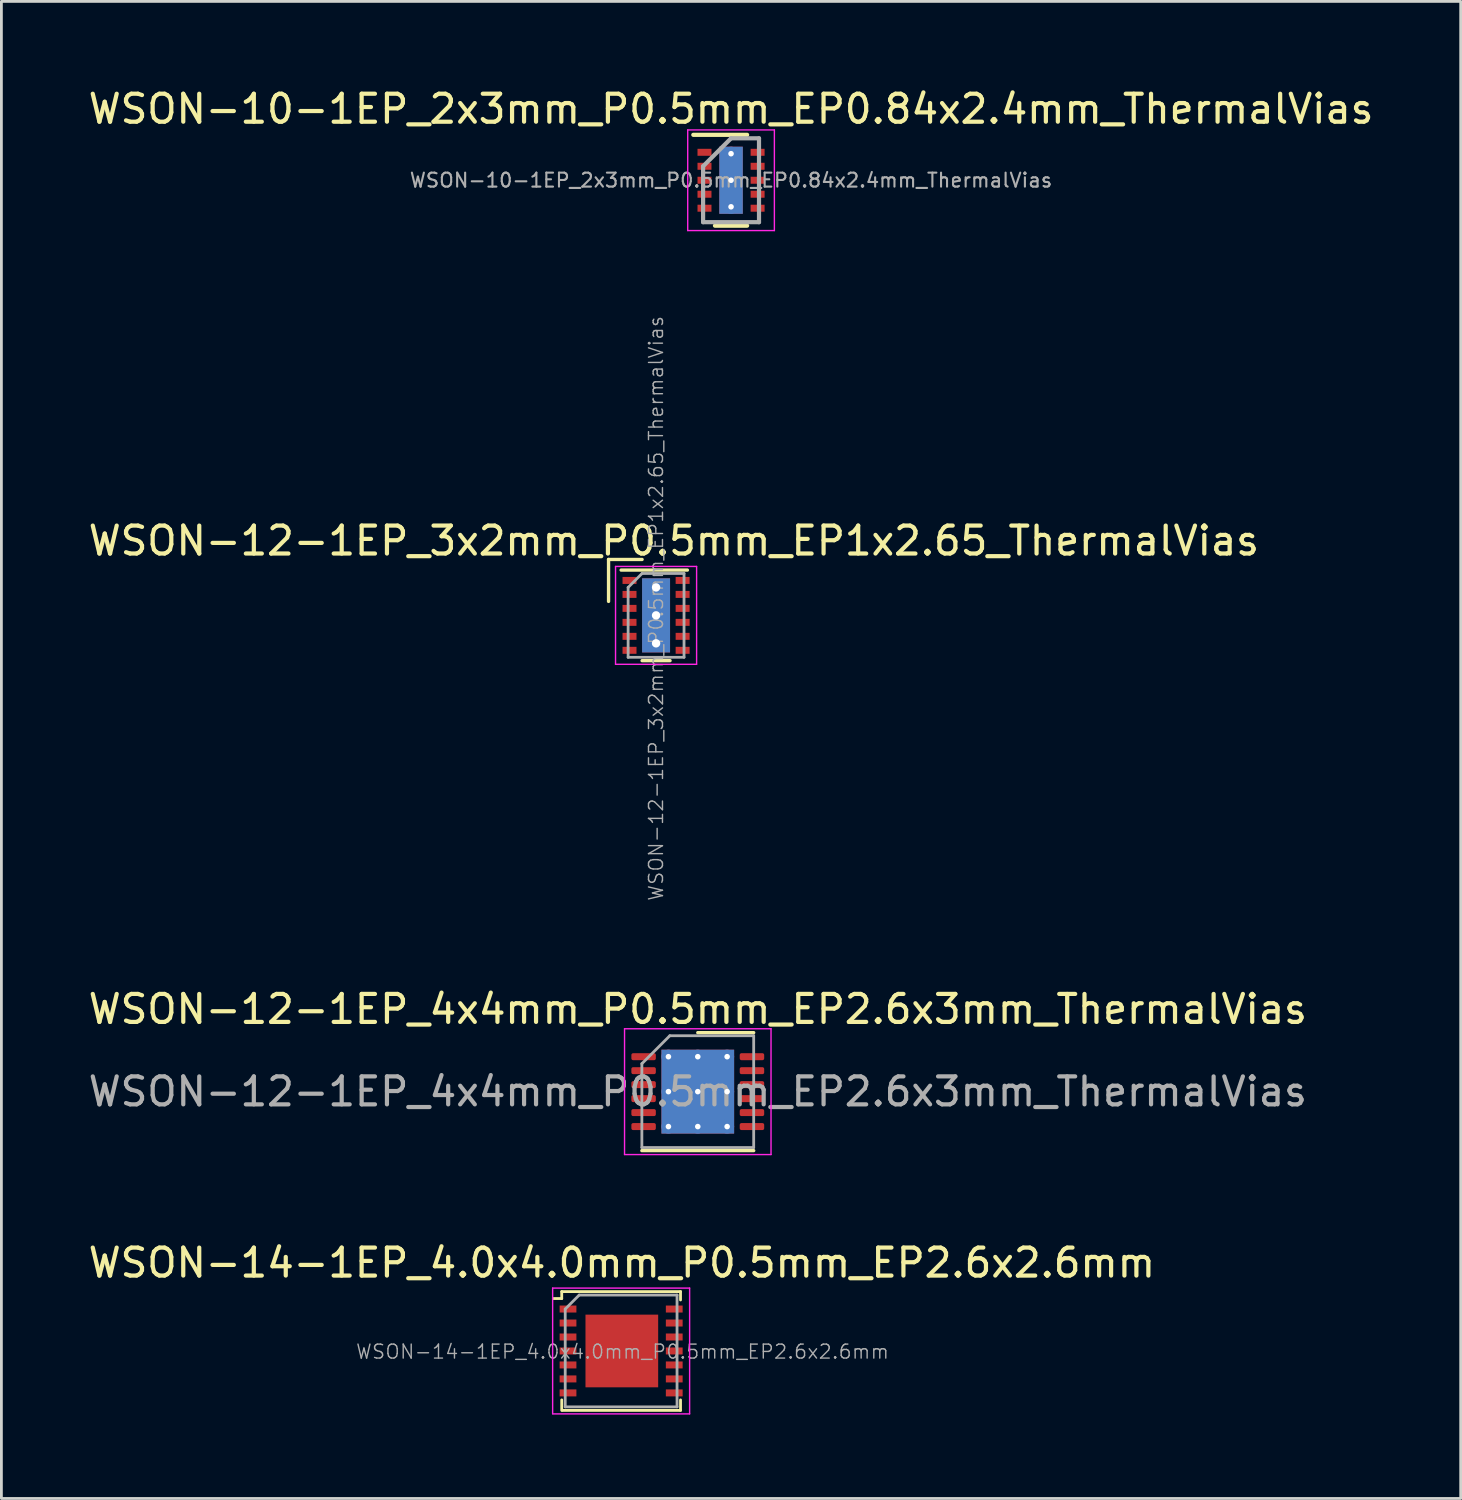
<source format=kicad_pcb>
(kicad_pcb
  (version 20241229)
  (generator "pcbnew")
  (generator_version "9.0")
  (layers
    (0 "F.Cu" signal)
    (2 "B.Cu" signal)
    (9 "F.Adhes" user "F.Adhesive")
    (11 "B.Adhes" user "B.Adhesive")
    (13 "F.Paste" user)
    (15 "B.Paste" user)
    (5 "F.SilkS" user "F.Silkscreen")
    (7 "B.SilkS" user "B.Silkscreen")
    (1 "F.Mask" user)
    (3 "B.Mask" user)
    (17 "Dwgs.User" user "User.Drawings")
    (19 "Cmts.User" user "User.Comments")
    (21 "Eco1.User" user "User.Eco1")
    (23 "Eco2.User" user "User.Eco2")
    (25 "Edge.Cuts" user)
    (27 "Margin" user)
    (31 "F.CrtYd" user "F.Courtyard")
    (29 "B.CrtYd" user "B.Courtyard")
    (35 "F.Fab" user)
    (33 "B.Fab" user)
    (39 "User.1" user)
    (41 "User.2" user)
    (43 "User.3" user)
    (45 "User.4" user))
  (footprint "WSON-10-1EP_2x3mm_P0.5mm_EP0.84x2.4mm_ThermalVias"
    (layer "F.Cu")
    (at 23.101 3.398)
    (property "Reference" "WSON-10-1EP_2x3mm_P0.5mm_EP0.84x2.4mm_ThermalVias" (at 0 -2.55 0) (layer "F.SilkS") (effects (font (size 1 1) (thickness 0.15))))
    (attr smd)
    (fp_line (start -1.35 -1.625) (end 0.575 -1.625) (stroke (width 0.15) (type solid)) (layer "F.SilkS"))
    (fp_line (start -0.575 1.625) (end 0.575 1.625) (stroke (width 0.15) (type solid)) (layer "F.SilkS"))
    (fp_line (start -1.55 -1.8) (end -1.55 1.8) (stroke (width 0.05) (type solid)) (layer "F.CrtYd"))
    (fp_line (start -1.55 -1.8) (end 1.55 -1.8) (stroke (width 0.05) (type solid)) (layer "F.CrtYd"))
    (fp_line (start -1.55 1.8) (end 1.55 1.8) (stroke (width 0.05) (type solid)) (layer "F.CrtYd"))
    (fp_line (start 1.55 -1.8) (end 1.55 1.8) (stroke (width 0.05) (type solid)) (layer "F.CrtYd"))
    (fp_line (start -1 -0.5) (end 0 -1.5) (stroke (width 0.15) (type solid)) (layer "F.Fab"))
    (fp_line (start -1 1.5) (end -1 -0.5) (stroke (width 0.15) (type solid)) (layer "F.Fab"))
    (fp_line (start 0 -1.5) (end 1 -1.5) (stroke (width 0.15) (type solid)) (layer "F.Fab"))
    (fp_line (start 1 -1.5) (end 1 1.5) (stroke (width 0.15) (type solid)) (layer "F.Fab"))
    (fp_line (start 1 1.5) (end -1 1.5) (stroke (width 0.15) (type solid)) (layer "F.Fab"))
    (fp_text user "${REFERENCE}" (at 0 0 0) (layer "F.Fab") (effects (font (size 0.5 0.5) (thickness 0.075))))
    (pad "" smd rect (at 0 -0.475) (size 0.65 0.7) (layers "F.Paste"))
    (pad "" smd rect (at 0 0.475) (size 0.65 0.7) (layers "F.Paste"))
    (pad "1" smd rect (at -0.95 -1) (size 0.5 0.25) (layers "F.Cu" "F.Mask" "F.Paste"))
    (pad "2" smd rect (at -0.95 -0.5) (size 0.5 0.25) (layers "F.Cu" "F.Mask" "F.Paste"))
    (pad "3" smd rect (at -0.95 0) (size 0.5 0.25) (layers "F.Cu" "F.Mask" "F.Paste"))
    (pad "4" smd rect (at -0.95 0.5) (size 0.5 0.25) (layers "F.Cu" "F.Mask" "F.Paste"))
    (pad "5" smd rect (at -0.95 1) (size 0.5 0.25) (layers "F.Cu" "F.Mask" "F.Paste"))
    (pad "6" smd rect (at 0.95 1) (size 0.5 0.25) (layers "F.Cu" "F.Mask" "F.Paste"))
    (pad "7" smd rect (at 0.95 0.5) (size 0.5 0.25) (layers "F.Cu" "F.Mask" "F.Paste"))
    (pad "8" smd rect (at 0.95 0) (size 0.5 0.25) (layers "F.Cu" "F.Mask" "F.Paste"))
    (pad "9" smd rect (at 0.95 -0.5) (size 0.5 0.25) (layers "F.Cu" "F.Mask" "F.Paste"))
    (pad "10" smd rect (at 0.95 -1) (size 0.5 0.25) (layers "F.Cu" "F.Mask" "F.Paste"))
    (pad "11" thru_hole circle (at 0 -0.95) (size 0.5 0.5) (drill 0.2) (layers "*.Cu" "F.Mask"))
    (pad "11" thru_hole circle (at 0 0) (size 0.5 0.5) (drill 0.2) (layers "*.Cu" "F.Mask"))
    (pad "11" smd rect (at 0 0) (size 0.84 2.4) (layers "F.Cu" "F.Mask"))
    (pad "11" smd rect (at 0 0) (size 0.84 2.4) (layers "B.Cu"))
    (pad "11" thru_hole circle (at 0 0.95) (size 0.5 0.5) (drill 0.2) (layers "*.Cu" "F.Mask")))
  (footprint "WSON-12-1EP_3x2mm_P0.5mm_EP1x2.65_ThermalVias"
    (layer "F.Cu")
    (at 20.419 18.963)
    (property "Reference" "WSON-12-1EP_3x2mm_P0.5mm_EP1x2.65_ThermalVias" (at 0.635 -2.667 0) (layer "F.SilkS") (effects (font (size 1 1) (thickness 0.15))))
    (attr smd)
    (fp_line (start -1.7 -2) (end -0.5 -2) (stroke (width 0.12) (type solid)) (layer "F.SilkS"))
    (fp_line (start -1.7 -0.5) (end -1.7 -2) (stroke (width 0.12) (type solid)) (layer "F.SilkS"))
    (fp_line (start -1.25 -1.62) (end 1.12 -1.62) (stroke (width 0.12) (type solid)) (layer "F.SilkS"))
    (fp_line (start 0.5 1.62) (end -0.5 1.62) (stroke (width 0.12) (type solid)) (layer "F.SilkS"))
    (fp_line (start -1.45 -1.75) (end 1.45 -1.75) (stroke (width 0.05) (type solid)) (layer "F.CrtYd"))
    (fp_line (start -1.45 1.75) (end -1.45 -1.75) (stroke (width 0.05) (type solid)) (layer "F.CrtYd"))
    (fp_line (start 1.45 -1.75) (end 1.45 1.75) (stroke (width 0.05) (type solid)) (layer "F.CrtYd"))
    (fp_line (start 1.45 1.75) (end -1.45 1.75) (stroke (width 0.05) (type solid)) (layer "F.CrtYd"))
    (fp_line (start -1 -1) (end -0.5 -1.5) (stroke (width 0.1) (type solid)) (layer "F.Fab"))
    (fp_line (start -1 1.5) (end -1 -1) (stroke (width 0.1) (type solid)) (layer "F.Fab"))
    (fp_line (start -0.5 -1.5) (end 1 -1.5) (stroke (width 0.1) (type solid)) (layer "F.Fab"))
    (fp_line (start 1 -1.5) (end 1 1.5) (stroke (width 0.1) (type solid)) (layer "F.Fab"))
    (fp_line (start 1 1.5) (end -1 1.5) (stroke (width 0.1) (type solid)) (layer "F.Fab"))
    (fp_text user "${REFERENCE}" (at 0 -0.25 90) (layer "F.Fab") (effects (font (size 0.5 0.5) (thickness 0.05))))
    (pad "" smd rect (at 0 -0.5) (size 0.95 0.8) (layers "F.Paste"))
    (pad "" smd rect (at 0 0.5) (size 0.95 0.8) (layers "F.Paste"))
    (pad "1" smd rect (at -0.95 -1.25) (size 0.5 0.25) (layers "F.Cu" "F.Mask" "F.Paste"))
    (pad "2" smd rect (at -0.95 -0.75) (size 0.5 0.25) (layers "F.Cu" "F.Mask" "F.Paste"))
    (pad "3" smd rect (at -0.95 -0.25) (size 0.5 0.25) (layers "F.Cu" "F.Mask" "F.Paste"))
    (pad "4" smd rect (at -0.95 0.25) (size 0.5 0.25) (layers "F.Cu" "F.Mask" "F.Paste"))
    (pad "5" smd rect (at -0.95 0.75) (size 0.5 0.25) (layers "F.Cu" "F.Mask" "F.Paste"))
    (pad "6" smd rect (at -0.95 1.25) (size 0.5 0.25) (layers "F.Cu" "F.Mask" "F.Paste"))
    (pad "7" smd rect (at 0.95 1.25) (size 0.5 0.25) (layers "F.Cu" "F.Mask" "F.Paste"))
    (pad "8" smd rect (at 0.95 0.75) (size 0.5 0.25) (layers "F.Cu" "F.Mask" "F.Paste"))
    (pad "9" smd rect (at 0.95 0.25) (size 0.5 0.25) (layers "F.Cu" "F.Mask" "F.Paste"))
    (pad "10" smd rect (at 0.95 -0.25) (size 0.5 0.25) (layers "F.Cu" "F.Mask" "F.Paste"))
    (pad "11" smd rect (at 0.95 -0.75) (size 0.5 0.25) (layers "F.Cu" "F.Mask" "F.Paste"))
    (pad "12" smd rect (at 0.95 -1.25) (size 0.5 0.25) (layers "F.Cu" "F.Mask" "F.Paste"))
    (pad "13" thru_hole circle (at 0 -1 90) (size 0.6 0.6) (drill 0.3) (layers "*.Cu"))
    (pad "13" thru_hole circle (at 0 0) (size 0.6 0.6) (drill 0.3) (layers "*.Cu"))
    (pad "13" smd rect (at 0 0) (size 1 2.65) (layers "F.Cu" "F.Mask"))
    (pad "13" smd rect (at 0 0) (size 1 2.65) (layers "B.Cu"))
    (pad "13" thru_hole circle (at 0 1) (size 0.6 0.6) (drill 0.3) (layers "*.Cu")))
  (footprint "WSON-14-1EP_4.0x4.0mm_P0.5mm_EP2.6x2.6mm"
    (layer "F.Cu")
    (at 19.169 45.277)
    (property "Reference" "WSON-14-1EP_4.0x4.0mm_P0.5mm_EP2.6x2.6mm" (at 0.027 -3.153 0) (layer "F.SilkS") (effects (font (size 1 1) (thickness 0.15))))
    (attr smd)
    (fp_line (start -2.425 -1.875) (end -2.125 -1.875) (stroke (width 0.1) (type solid)) (layer "F.SilkS"))
    (fp_line (start -2.125 -2.125) (end -2.125 -1.875) (stroke (width 0.1) (type solid)) (layer "F.SilkS"))
    (fp_line (start -2.125 2.125) (end -2.125 1.75) (stroke (width 0.1) (type solid)) (layer "F.SilkS"))
    (fp_line (start 2.125 -2.125) (end -2.125 -2.125) (stroke (width 0.1) (type solid)) (layer "F.SilkS"))
    (fp_line (start 2.125 -2.125) (end 2.125 -1.825) (stroke (width 0.1) (type solid)) (layer "F.SilkS"))
    (fp_line (start 2.125 1.75) (end 2.125 2.125) (stroke (width 0.1) (type solid)) (layer "F.SilkS"))
    (fp_line (start 2.125 2.125) (end -2.1 2.125) (stroke (width 0.1) (type solid)) (layer "F.SilkS"))
    (fp_line (start -2.45 -2.25) (end 2.45 -2.25) (stroke (width 0.05) (type solid)) (layer "F.CrtYd"))
    (fp_line (start -2.45 2.25) (end -2.45 -2.25) (stroke (width 0.05) (type solid)) (layer "F.CrtYd"))
    (fp_line (start 2.45 -2.25) (end 2.45 2.25) (stroke (width 0.05) (type solid)) (layer "F.CrtYd"))
    (fp_line (start 2.45 2.25) (end -2.44 2.25) (stroke (width 0.05) (type solid)) (layer "F.CrtYd"))
    (fp_line (start -2 -1.5) (end -2 2) (stroke (width 0.1) (type solid)) (layer "F.Fab"))
    (fp_line (start -2 -1.5) (end -1.5 -2) (stroke (width 0.1) (type solid)) (layer "F.Fab"))
    (fp_line (start -2 2) (end 2 2) (stroke (width 0.1) (type solid)) (layer "F.Fab"))
    (fp_line (start 2 -2) (end -1.5 -2) (stroke (width 0.1) (type solid)) (layer "F.Fab"))
    (fp_line (start 2 2) (end 2 -2) (stroke (width 0.1) (type solid)) (layer "F.Fab"))
    (fp_text user "${REFERENCE}" (at 0.05 0.025 0) (layer "F.Fab") (effects (font (size 0.5 0.5) (thickness 0.05))))
    (pad "" smd rect (at -0.65 -0.65 270) (size 1.05 1.05) (layers "F.Paste"))
    (pad "" smd rect (at -0.65 0.65 270) (size 1.05 1.05) (layers "F.Paste"))
    (pad "" smd rect (at 0.65 -0.65 270) (size 1.05 1.05) (layers "F.Paste"))
    (pad "" smd rect (at 0.65 0.65 270) (size 1.05 1.05) (layers "F.Paste"))
    (pad "1" smd rect (at -1.9 -1.5 270) (size 0.25 0.6) (layers "F.Cu" "F.Mask" "F.Paste"))
    (pad "2" smd rect (at -1.9 -1 270) (size 0.25 0.6) (layers "F.Cu" "F.Mask" "F.Paste"))
    (pad "3" smd rect (at -1.9 -0.5 270) (size 0.25 0.6) (layers "F.Cu" "F.Mask" "F.Paste"))
    (pad "4" smd rect (at -1.9 0 270) (size 0.25 0.6) (layers "F.Cu" "F.Mask" "F.Paste"))
    (pad "5" smd rect (at -1.9 0.5 270) (size 0.25 0.6) (layers "F.Cu" "F.Mask" "F.Paste"))
    (pad "6" smd rect (at -1.9 1 270) (size 0.25 0.6) (layers "F.Cu" "F.Mask" "F.Paste"))
    (pad "7" smd rect (at -1.9 1.5 270) (size 0.25 0.6) (layers "F.Cu" "F.Mask" "F.Paste"))
    (pad "8" smd rect (at 1.9 1.5 270) (size 0.25 0.6) (layers "F.Cu" "F.Mask" "F.Paste"))
    (pad "9" smd rect (at 1.9 1 270) (size 0.25 0.6) (layers "F.Cu" "F.Mask" "F.Paste"))
    (pad "10" smd rect (at 1.9 0.5 270) (size 0.25 0.6) (layers "F.Cu" "F.Mask" "F.Paste"))
    (pad "11" smd rect (at 1.9 0 270) (size 0.25 0.6) (layers "F.Cu" "F.Mask" "F.Paste"))
    (pad "12" smd rect (at 1.9 -0.5 270) (size 0.25 0.6) (layers "F.Cu" "F.Mask" "F.Paste"))
    (pad "13" smd rect (at 1.9 -1 270) (size 0.25 0.6) (layers "F.Cu" "F.Mask" "F.Paste"))
    (pad "14" smd rect (at 1.9 -1.5 270) (size 0.25 0.6) (layers "F.Cu" "F.Mask" "F.Paste"))
    (pad "15" smd rect (at 0.025 0 270) (size 2.6 2.6) (layers "F.Cu" "F.Mask")))
  (footprint "WSON-12-1EP_4x4mm_P0.5mm_EP2.6x3mm_ThermalVias"
    (layer "F.Cu")
    (at 21.911 36)
    (property "Reference" "WSON-12-1EP_4x4mm_P0.5mm_EP2.6x3mm_ThermalVias" (at 0 -2.95 0) (layer "F.SilkS") (effects (font (size 1 1) (thickness 0.15))))
    (attr smd)
    (fp_line (start -2 2.11) (end 2 2.11) (stroke (width 0.12) (type solid)) (layer "F.SilkS"))
    (fp_line (start 0 -2.11) (end 2 -2.11) (stroke (width 0.12) (type solid)) (layer "F.SilkS"))
    (fp_line (start -2.62 -2.25) (end -2.62 2.25) (stroke (width 0.05) (type solid)) (layer "F.CrtYd"))
    (fp_line (start -2.62 2.25) (end 2.62 2.25) (stroke (width 0.05) (type solid)) (layer "F.CrtYd"))
    (fp_line (start 2.62 -2.25) (end -2.62 -2.25) (stroke (width 0.05) (type solid)) (layer "F.CrtYd"))
    (fp_line (start 2.62 2.25) (end 2.62 -2.25) (stroke (width 0.05) (type solid)) (layer "F.CrtYd"))
    (fp_line (start -2 -1) (end -1 -2) (stroke (width 0.1) (type solid)) (layer "F.Fab"))
    (fp_line (start -2 2) (end -2 -1) (stroke (width 0.1) (type solid)) (layer "F.Fab"))
    (fp_line (start -1 -2) (end 2 -2) (stroke (width 0.1) (type solid)) (layer "F.Fab"))
    (fp_line (start 2 -2) (end 2 2) (stroke (width 0.1) (type solid)) (layer "F.Fab"))
    (fp_line (start 2 2) (end -2 2) (stroke (width 0.1) (type solid)) (layer "F.Fab"))
    (fp_text user "${REFERENCE}" (at 0 0 0) (layer "F.Fab") (effects (font (size 1 1) (thickness 0.15))))
    (pad "" smd roundrect (at -0.65 -0.75) (size 1.13 1.3) (layers "F.Paste") (roundrect_rratio 0.221))
    (pad "" smd roundrect (at -0.65 0.75) (size 1.13 1.3) (layers "F.Paste") (roundrect_rratio 0.221))
    (pad "" smd roundrect (at 0.65 -0.75) (size 1.13 1.3) (layers "F.Paste") (roundrect_rratio 0.221))
    (pad "" smd roundrect (at 0.65 0.75) (size 1.13 1.3) (layers "F.Paste") (roundrect_rratio 0.221))
    (pad "1" smd roundrect (at -1.938 -1.25) (size 0.875 0.25) (layers "F.Cu" "F.Mask" "F.Paste") (roundrect_rratio 0.25))
    (pad "2" smd roundrect (at -1.938 -0.75) (size 0.875 0.25) (layers "F.Cu" "F.Mask" "F.Paste") (roundrect_rratio 0.25))
    (pad "3" smd roundrect (at -1.938 -0.25) (size 0.875 0.25) (layers "F.Cu" "F.Mask" "F.Paste") (roundrect_rratio 0.25))
    (pad "4" smd roundrect (at -1.938 0.25) (size 0.875 0.25) (layers "F.Cu" "F.Mask" "F.Paste") (roundrect_rratio 0.25))
    (pad "5" smd roundrect (at -1.938 0.75) (size 0.875 0.25) (layers "F.Cu" "F.Mask" "F.Paste") (roundrect_rratio 0.25))
    (pad "6" smd roundrect (at -1.938 1.25) (size 0.875 0.25) (layers "F.Cu" "F.Mask" "F.Paste") (roundrect_rratio 0.25))
    (pad "7" smd roundrect (at 1.938 1.25) (size 0.875 0.25) (layers "F.Cu" "F.Mask" "F.Paste") (roundrect_rratio 0.25))
    (pad "8" smd roundrect (at 1.938 0.75) (size 0.875 0.25) (layers "F.Cu" "F.Mask" "F.Paste") (roundrect_rratio 0.25))
    (pad "9" smd roundrect (at 1.938 0.25) (size 0.875 0.25) (layers "F.Cu" "F.Mask" "F.Paste") (roundrect_rratio 0.25))
    (pad "10" smd roundrect (at 1.938 -0.25) (size 0.875 0.25) (layers "F.Cu" "F.Mask" "F.Paste") (roundrect_rratio 0.25))
    (pad "11" smd roundrect (at 1.938 -0.75) (size 0.875 0.25) (layers "F.Cu" "F.Mask" "F.Paste") (roundrect_rratio 0.25))
    (pad "12" smd roundrect (at 1.938 -1.25) (size 0.875 0.25) (layers "F.Cu" "F.Mask" "F.Paste") (roundrect_rratio 0.25))
    (pad "13" thru_hole circle (at -1.05 -1.25) (size 0.5 0.5) (drill 0.2) (layers "*.Cu"))
    (pad "13" thru_hole circle (at -1.05 0) (size 0.5 0.5) (drill 0.2) (layers "*.Cu"))
    (pad "13" thru_hole circle (at -1.05 1.25) (size 0.5 0.5) (drill 0.2) (layers "*.Cu"))
    (pad "13" thru_hole circle (at 0 -1.25) (size 0.5 0.5) (drill 0.2) (layers "*.Cu"))
    (pad "13" thru_hole circle (at 0 0) (size 0.5 0.5) (drill 0.2) (layers "*.Cu"))
    (pad "13" smd rect (at 0 0) (size 2.6 3) (layers "F.Cu" "F.Mask"))
    (pad "13" smd rect (at 0 0) (size 2.6 3) (layers "B.Cu"))
    (pad "13" thru_hole circle (at 0 1.25) (size 0.5 0.5) (drill 0.2) (layers "*.Cu"))
    (pad "13" thru_hole circle (at 1.05 -1.25) (size 0.5 0.5) (drill 0.2) (layers "*.Cu"))
    (pad "13" thru_hole circle (at 1.05 0) (size 0.5 0.5) (drill 0.2) (layers "*.Cu"))
    (pad "13" thru_hole circle (at 1.05 1.25) (size 0.5 0.5) (drill 0.2) (layers "*.Cu")))
  (gr_rect
    (start -3 -3)
    (end 49.202 50.552)
    (stroke (width 0.1) (type default))
    (fill no)
    (layer "Edge.Cuts")))
</source>
